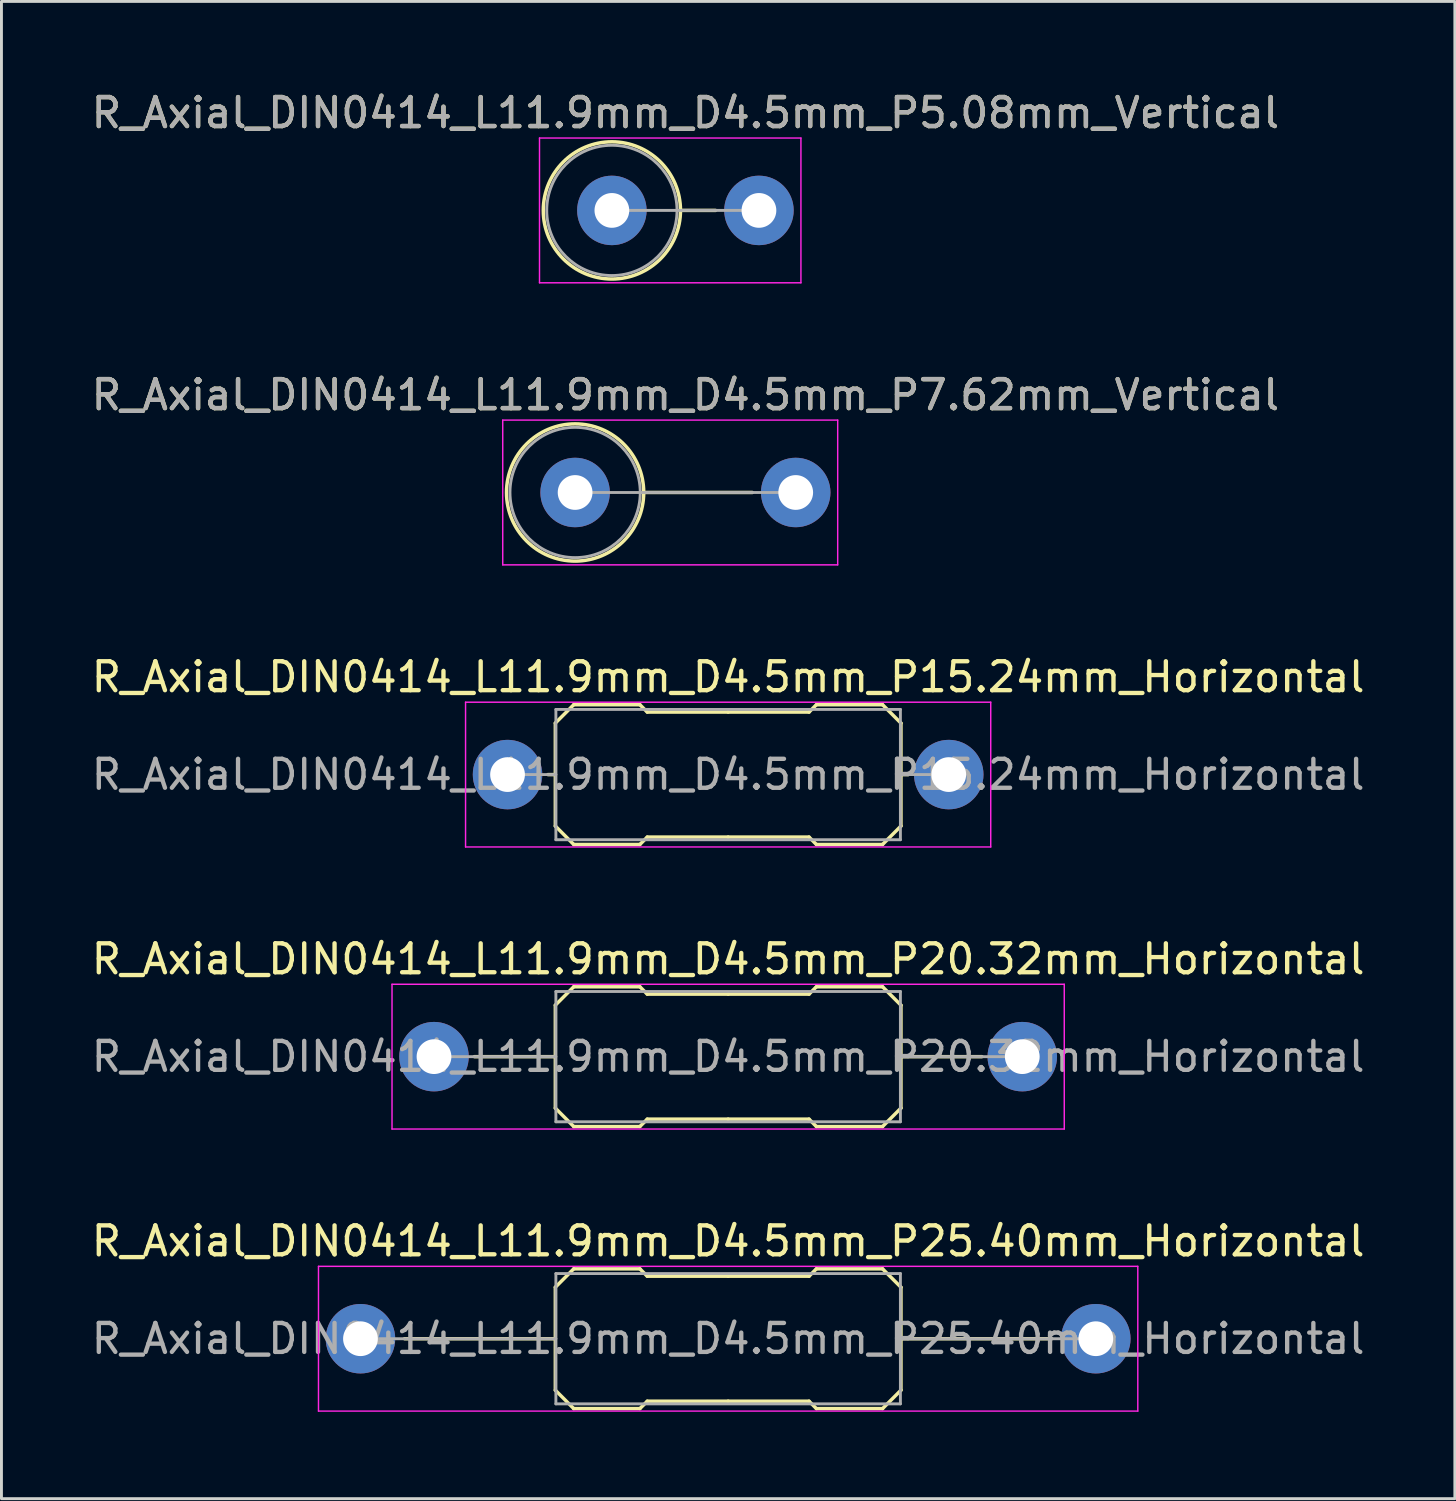
<source format=kicad_pcb>
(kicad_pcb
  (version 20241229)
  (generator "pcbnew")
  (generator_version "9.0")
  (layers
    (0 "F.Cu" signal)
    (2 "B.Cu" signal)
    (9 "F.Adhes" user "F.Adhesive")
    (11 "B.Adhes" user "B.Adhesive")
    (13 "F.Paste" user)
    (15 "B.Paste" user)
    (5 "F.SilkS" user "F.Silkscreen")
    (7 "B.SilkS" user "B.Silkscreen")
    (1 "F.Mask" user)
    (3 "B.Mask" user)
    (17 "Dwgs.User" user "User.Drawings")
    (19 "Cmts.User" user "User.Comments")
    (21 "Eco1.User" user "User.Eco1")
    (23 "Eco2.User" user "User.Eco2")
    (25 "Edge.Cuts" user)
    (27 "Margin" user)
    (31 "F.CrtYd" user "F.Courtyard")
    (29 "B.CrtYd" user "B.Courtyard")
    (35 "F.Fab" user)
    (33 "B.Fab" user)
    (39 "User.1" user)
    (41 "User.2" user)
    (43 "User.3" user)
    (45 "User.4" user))
  (footprint "R_Axial_DIN0414_L11.9mm_D4.5mm_P15.24mm_Horizontal"
    (layer "F.Cu")
    (at 14.481 23.705)
    (property "Reference" "R_Axial_DIN0414_L11.9mm_D4.5mm_P15.24mm_Horizontal" (at 7.62 -3.37 0) (layer "F.SilkS") (effects (font (size 1 1) (thickness 0.15))))
    (attr through_hole)
    (fp_line (start 1.651 -1.778) (end 2.286 -2.413) (stroke (width 0.12) (type solid)) (layer "F.SilkS"))
    (fp_line (start 1.651 0) (end 1.397 0) (stroke (width 0.12) (type solid)) (layer "F.SilkS"))
    (fp_line (start 1.651 1.778) (end 1.651 -1.778) (stroke (width 0.12) (type solid)) (layer "F.SilkS"))
    (fp_line (start 1.651 1.778) (end 2.286 2.413) (stroke (width 0.12) (type solid)) (layer "F.SilkS"))
    (fp_line (start 2.286 -2.413) (end 4.572 -2.413) (stroke (width 0.12) (type solid)) (layer "F.SilkS"))
    (fp_line (start 2.286 2.413) (end 4.572 2.413) (stroke (width 0.12) (type solid)) (layer "F.SilkS"))
    (fp_line (start 4.572 -2.413) (end 4.826 -2.159) (stroke (width 0.12) (type solid)) (layer "F.SilkS"))
    (fp_line (start 4.572 2.413) (end 4.826 2.159) (stroke (width 0.12) (type solid)) (layer "F.SilkS"))
    (fp_line (start 4.826 -2.159) (end 7.62 -2.159) (stroke (width 0.12) (type solid)) (layer "F.SilkS"))
    (fp_line (start 4.826 2.159) (end 7.62 2.159) (stroke (width 0.12) (type solid)) (layer "F.SilkS"))
    (fp_line (start 10.414 -2.159) (end 7.62 -2.159) (stroke (width 0.12) (type solid)) (layer "F.SilkS"))
    (fp_line (start 10.414 2.159) (end 7.62 2.159) (stroke (width 0.12) (type solid)) (layer "F.SilkS"))
    (fp_line (start 10.668 -2.413) (end 10.414 -2.159) (stroke (width 0.12) (type solid)) (layer "F.SilkS"))
    (fp_line (start 10.668 2.413) (end 10.414 2.159) (stroke (width 0.12) (type solid)) (layer "F.SilkS"))
    (fp_line (start 12.954 -2.413) (end 10.668 -2.413) (stroke (width 0.12) (type solid)) (layer "F.SilkS"))
    (fp_line (start 12.954 2.413) (end 10.668 2.413) (stroke (width 0.12) (type solid)) (layer "F.SilkS"))
    (fp_line (start 13.589 -1.778) (end 12.954 -2.413) (stroke (width 0.12) (type solid)) (layer "F.SilkS"))
    (fp_line (start 13.589 0) (end 13.843 0) (stroke (width 0.12) (type solid)) (layer "F.SilkS"))
    (fp_line (start 13.589 1.778) (end 12.954 2.413) (stroke (width 0.12) (type solid)) (layer "F.SilkS"))
    (fp_line (start 13.589 1.778) (end 13.589 -1.778) (stroke (width 0.12) (type solid)) (layer "F.SilkS"))
    (fp_line (start -1.45 -2.5) (end -1.45 2.5) (stroke (width 0.05) (type solid)) (layer "F.CrtYd"))
    (fp_line (start -1.45 2.5) (end 16.69 2.5) (stroke (width 0.05) (type solid)) (layer "F.CrtYd"))
    (fp_line (start 16.69 -2.5) (end -1.45 -2.5) (stroke (width 0.05) (type solid)) (layer "F.CrtYd"))
    (fp_line (start 16.69 2.5) (end 16.69 -2.5) (stroke (width 0.05) (type solid)) (layer "F.CrtYd"))
    (fp_line (start 0 0) (end 1.67 0) (stroke (width 0.1) (type solid)) (layer "F.Fab"))
    (fp_line (start 1.67 -2.25) (end 1.67 2.25) (stroke (width 0.1) (type solid)) (layer "F.Fab"))
    (fp_line (start 1.67 2.25) (end 13.57 2.25) (stroke (width 0.1) (type solid)) (layer "F.Fab"))
    (fp_line (start 13.57 -2.25) (end 1.67 -2.25) (stroke (width 0.1) (type solid)) (layer "F.Fab"))
    (fp_line (start 13.57 2.25) (end 13.57 -2.25) (stroke (width 0.1) (type solid)) (layer "F.Fab"))
    (fp_line (start 15.24 0) (end 13.57 0) (stroke (width 0.1) (type solid)) (layer "F.Fab"))
    (fp_text user "${REFERENCE}" (at 7.62 0 0) (layer "F.Fab") (effects (font (size 1 1) (thickness 0.15))))
    (pad "1" thru_hole circle (at 0 0) (size 2.4 2.4) (drill 1.2) (layers "*.Cu" "*.Mask"))
    (pad "2" thru_hole oval (at 15.24 0) (size 2.4 2.4) (drill 1.2) (layers "*.Cu" "*.Mask")))
  (footprint "R_Axial_DIN0414_L11.9mm_D4.5mm_P7.62mm_Vertical"
    (layer "F.Cu")
    (at 16.815 13.961)
    (property "Reference" "R_Axial_DIN0414_L11.9mm_D4.5mm_P7.62mm_Vertical" (at 3.81 -3.37 0) (layer "F.SilkS") (effects (font (size 1 1) (thickness 0.15))))
    (attr through_hole)
    (fp_line (start 2.37 0) (end 6.12 0) (stroke (width 0.12) (type solid)) (layer "F.SilkS"))
    (fp_circle (center 0 0) (end 2.37 0) (stroke (width 0.12) (type solid)) (fill no) (layer "F.SilkS"))
    (fp_line (start -2.5 -2.5) (end -2.5 2.5) (stroke (width 0.05) (type solid)) (layer "F.CrtYd"))
    (fp_line (start -2.5 2.5) (end 9.07 2.5) (stroke (width 0.05) (type solid)) (layer "F.CrtYd"))
    (fp_line (start 9.07 -2.5) (end -2.5 -2.5) (stroke (width 0.05) (type solid)) (layer "F.CrtYd"))
    (fp_line (start 9.07 2.5) (end 9.07 -2.5) (stroke (width 0.05) (type solid)) (layer "F.CrtYd"))
    (fp_line (start 0 0) (end 7.62 0) (stroke (width 0.1) (type solid)) (layer "F.Fab"))
    (fp_circle (center 0 0) (end 2.25 0) (stroke (width 0.1) (type solid)) (fill no) (layer "F.Fab"))
    (fp_text user "${REFERENCE}" (at 3.81 -3.37 0) (layer "F.Fab") (effects (font (size 1 1) (thickness 0.15))))
    (pad "1" thru_hole circle (at 0 0) (size 2.4 2.4) (drill 1.2) (layers "*.Cu" "*.Mask"))
    (pad "2" thru_hole oval (at 7.62 0) (size 2.4 2.4) (drill 1.2) (layers "*.Cu" "*.Mask")))
  (footprint "R_Axial_DIN0414_L11.9mm_D4.5mm_P25.40mm_Horizontal"
    (layer "F.Cu")
    (at 9.401 43.191)
    (property "Reference" "R_Axial_DIN0414_L11.9mm_D4.5mm_P25.40mm_Horizontal" (at 12.7 -3.37 0) (layer "F.SilkS") (effects (font (size 1 1) (thickness 0.15))))
    (attr through_hole)
    (fp_line (start 6.731 -1.778) (end 7.366 -2.413) (stroke (width 0.12) (type solid)) (layer "F.SilkS"))
    (fp_line (start 6.731 0) (end 1.524 0) (stroke (width 0.12) (type solid)) (layer "F.SilkS"))
    (fp_line (start 6.731 1.778) (end 6.731 -1.778) (stroke (width 0.12) (type solid)) (layer "F.SilkS"))
    (fp_line (start 6.731 1.778) (end 7.366 2.413) (stroke (width 0.12) (type solid)) (layer "F.SilkS"))
    (fp_line (start 7.366 -2.413) (end 9.652 -2.413) (stroke (width 0.12) (type solid)) (layer "F.SilkS"))
    (fp_line (start 7.366 2.413) (end 9.652 2.413) (stroke (width 0.12) (type solid)) (layer "F.SilkS"))
    (fp_line (start 9.652 -2.413) (end 9.906 -2.159) (stroke (width 0.12) (type solid)) (layer "F.SilkS"))
    (fp_line (start 9.652 2.413) (end 9.906 2.159) (stroke (width 0.12) (type solid)) (layer "F.SilkS"))
    (fp_line (start 9.906 -2.159) (end 12.7 -2.159) (stroke (width 0.12) (type solid)) (layer "F.SilkS"))
    (fp_line (start 9.906 2.159) (end 12.7 2.159) (stroke (width 0.12) (type solid)) (layer "F.SilkS"))
    (fp_line (start 15.494 -2.159) (end 12.7 -2.159) (stroke (width 0.12) (type solid)) (layer "F.SilkS"))
    (fp_line (start 15.494 2.159) (end 12.7 2.159) (stroke (width 0.12) (type solid)) (layer "F.SilkS"))
    (fp_line (start 15.748 -2.413) (end 15.494 -2.159) (stroke (width 0.12) (type solid)) (layer "F.SilkS"))
    (fp_line (start 15.748 2.413) (end 15.494 2.159) (stroke (width 0.12) (type solid)) (layer "F.SilkS"))
    (fp_line (start 18.034 -2.413) (end 15.748 -2.413) (stroke (width 0.12) (type solid)) (layer "F.SilkS"))
    (fp_line (start 18.034 2.413) (end 15.748 2.413) (stroke (width 0.12) (type solid)) (layer "F.SilkS"))
    (fp_line (start 18.669 -1.778) (end 18.034 -2.413) (stroke (width 0.12) (type solid)) (layer "F.SilkS"))
    (fp_line (start 18.669 0) (end 23.876 0) (stroke (width 0.12) (type solid)) (layer "F.SilkS"))
    (fp_line (start 18.669 1.778) (end 18.034 2.413) (stroke (width 0.12) (type solid)) (layer "F.SilkS"))
    (fp_line (start 18.669 1.778) (end 18.669 -1.778) (stroke (width 0.12) (type solid)) (layer "F.SilkS"))
    (fp_line (start -1.45 -2.5) (end -1.45 2.5) (stroke (width 0.05) (type solid)) (layer "F.CrtYd"))
    (fp_line (start -1.45 2.5) (end 26.85 2.5) (stroke (width 0.05) (type solid)) (layer "F.CrtYd"))
    (fp_line (start 26.85 -2.5) (end -1.45 -2.5) (stroke (width 0.05) (type solid)) (layer "F.CrtYd"))
    (fp_line (start 26.85 2.5) (end 26.85 -2.5) (stroke (width 0.05) (type solid)) (layer "F.CrtYd"))
    (fp_line (start 0 0) (end 6.75 0) (stroke (width 0.1) (type solid)) (layer "F.Fab"))
    (fp_line (start 6.75 -2.25) (end 6.75 2.25) (stroke (width 0.1) (type solid)) (layer "F.Fab"))
    (fp_line (start 6.75 2.25) (end 18.65 2.25) (stroke (width 0.1) (type solid)) (layer "F.Fab"))
    (fp_line (start 18.65 -2.25) (end 6.75 -2.25) (stroke (width 0.1) (type solid)) (layer "F.Fab"))
    (fp_line (start 18.65 2.25) (end 18.65 -2.25) (stroke (width 0.1) (type solid)) (layer "F.Fab"))
    (fp_line (start 25.4 0) (end 18.65 0) (stroke (width 0.1) (type solid)) (layer "F.Fab"))
    (fp_text user "${REFERENCE}" (at 12.7 0 0) (layer "F.Fab") (effects (font (size 1 1) (thickness 0.15))))
    (pad "1" thru_hole circle (at 0 0) (size 2.4 2.4) (drill 1.2) (layers "*.Cu" "*.Mask"))
    (pad "2" thru_hole oval (at 25.4 0) (size 2.4 2.4) (drill 1.2) (layers "*.Cu" "*.Mask")))
  (footprint "R_Axial_DIN0414_L11.9mm_D4.5mm_P20.32mm_Horizontal"
    (layer "F.Cu")
    (at 11.941 33.448)
    (property "Reference" "R_Axial_DIN0414_L11.9mm_D4.5mm_P20.32mm_Horizontal" (at 10.16 -3.37 0) (layer "F.SilkS") (effects (font (size 1 1) (thickness 0.15))))
    (attr through_hole)
    (fp_line (start 4.191 -1.778) (end 4.826 -2.413) (stroke (width 0.12) (type solid)) (layer "F.SilkS"))
    (fp_line (start 4.191 0) (end 1.397 0) (stroke (width 0.12) (type solid)) (layer "F.SilkS"))
    (fp_line (start 4.191 1.778) (end 4.191 -1.778) (stroke (width 0.12) (type solid)) (layer "F.SilkS"))
    (fp_line (start 4.191 1.778) (end 4.826 2.413) (stroke (width 0.12) (type solid)) (layer "F.SilkS"))
    (fp_line (start 4.826 -2.413) (end 7.112 -2.413) (stroke (width 0.12) (type solid)) (layer "F.SilkS"))
    (fp_line (start 4.826 2.413) (end 7.112 2.413) (stroke (width 0.12) (type solid)) (layer "F.SilkS"))
    (fp_line (start 7.112 -2.413) (end 7.366 -2.159) (stroke (width 0.12) (type solid)) (layer "F.SilkS"))
    (fp_line (start 7.112 2.413) (end 7.366 2.159) (stroke (width 0.12) (type solid)) (layer "F.SilkS"))
    (fp_line (start 7.366 -2.159) (end 10.16 -2.159) (stroke (width 0.12) (type solid)) (layer "F.SilkS"))
    (fp_line (start 7.366 2.159) (end 10.16 2.159) (stroke (width 0.12) (type solid)) (layer "F.SilkS"))
    (fp_line (start 12.954 -2.159) (end 10.16 -2.159) (stroke (width 0.12) (type solid)) (layer "F.SilkS"))
    (fp_line (start 12.954 2.159) (end 10.16 2.159) (stroke (width 0.12) (type solid)) (layer "F.SilkS"))
    (fp_line (start 13.208 -2.413) (end 12.954 -2.159) (stroke (width 0.12) (type solid)) (layer "F.SilkS"))
    (fp_line (start 13.208 2.413) (end 12.954 2.159) (stroke (width 0.12) (type solid)) (layer "F.SilkS"))
    (fp_line (start 15.494 -2.413) (end 13.208 -2.413) (stroke (width 0.12) (type solid)) (layer "F.SilkS"))
    (fp_line (start 15.494 2.413) (end 13.208 2.413) (stroke (width 0.12) (type solid)) (layer "F.SilkS"))
    (fp_line (start 16.129 -1.778) (end 15.494 -2.413) (stroke (width 0.12) (type solid)) (layer "F.SilkS"))
    (fp_line (start 16.129 0) (end 18.923 0) (stroke (width 0.12) (type solid)) (layer "F.SilkS"))
    (fp_line (start 16.129 1.778) (end 15.494 2.413) (stroke (width 0.12) (type solid)) (layer "F.SilkS"))
    (fp_line (start 16.129 1.778) (end 16.129 -1.778) (stroke (width 0.12) (type solid)) (layer "F.SilkS"))
    (fp_line (start -1.45 -2.5) (end -1.45 2.5) (stroke (width 0.05) (type solid)) (layer "F.CrtYd"))
    (fp_line (start -1.45 2.5) (end 21.77 2.5) (stroke (width 0.05) (type solid)) (layer "F.CrtYd"))
    (fp_line (start 21.77 -2.5) (end -1.45 -2.5) (stroke (width 0.05) (type solid)) (layer "F.CrtYd"))
    (fp_line (start 21.77 2.5) (end 21.77 -2.5) (stroke (width 0.05) (type solid)) (layer "F.CrtYd"))
    (fp_line (start 0 0) (end 4.21 0) (stroke (width 0.1) (type solid)) (layer "F.Fab"))
    (fp_line (start 4.21 -2.25) (end 4.21 2.25) (stroke (width 0.1) (type solid)) (layer "F.Fab"))
    (fp_line (start 4.21 2.25) (end 16.11 2.25) (stroke (width 0.1) (type solid)) (layer "F.Fab"))
    (fp_line (start 16.11 -2.25) (end 4.21 -2.25) (stroke (width 0.1) (type solid)) (layer "F.Fab"))
    (fp_line (start 16.11 2.25) (end 16.11 -2.25) (stroke (width 0.1) (type solid)) (layer "F.Fab"))
    (fp_line (start 20.32 0) (end 16.11 0) (stroke (width 0.1) (type solid)) (layer "F.Fab"))
    (fp_text user "${REFERENCE}" (at 10.16 0 0) (layer "F.Fab") (effects (font (size 1 1) (thickness 0.15))))
    (pad "1" thru_hole circle (at 0 0) (size 2.4 2.4) (drill 1.2) (layers "*.Cu" "*.Mask"))
    (pad "2" thru_hole oval (at 20.32 0) (size 2.4 2.4) (drill 1.2) (layers "*.Cu" "*.Mask")))
  (footprint "R_Axial_DIN0414_L11.9mm_D4.5mm_P5.08mm_Vertical"
    (layer "F.Cu")
    (at 18.085 4.218)
    (property "Reference" "R_Axial_DIN0414_L11.9mm_D4.5mm_P5.08mm_Vertical" (at 2.54 -3.37 0) (layer "F.SilkS") (effects (font (size 1 1) (thickness 0.15))))
    (attr through_hole)
    (fp_line (start 2.37 0) (end 3.58 0) (stroke (width 0.12) (type solid)) (layer "F.SilkS"))
    (fp_circle (center 0 0) (end 2.37 0) (stroke (width 0.12) (type solid)) (fill no) (layer "F.SilkS"))
    (fp_line (start -2.5 -2.5) (end -2.5 2.5) (stroke (width 0.05) (type solid)) (layer "F.CrtYd"))
    (fp_line (start -2.5 2.5) (end 6.53 2.5) (stroke (width 0.05) (type solid)) (layer "F.CrtYd"))
    (fp_line (start 6.53 -2.5) (end -2.5 -2.5) (stroke (width 0.05) (type solid)) (layer "F.CrtYd"))
    (fp_line (start 6.53 2.5) (end 6.53 -2.5) (stroke (width 0.05) (type solid)) (layer "F.CrtYd"))
    (fp_line (start 0 0) (end 5.08 0) (stroke (width 0.1) (type solid)) (layer "F.Fab"))
    (fp_circle (center 0 0) (end 2.25 0) (stroke (width 0.1) (type solid)) (fill no) (layer "F.Fab"))
    (fp_text user "${REFERENCE}" (at 2.54 -3.37 0) (layer "F.Fab") (effects (font (size 1 1) (thickness 0.15))))
    (pad "1" thru_hole circle (at 0 0) (size 2.4 2.4) (drill 1.2) (layers "*.Cu" "*.Mask"))
    (pad "2" thru_hole oval (at 5.08 0) (size 2.4 2.4) (drill 1.2) (layers "*.Cu" "*.Mask")))
  (gr_rect
    (start -3 -3)
    (end 47.202 48.716)
    (stroke (width 0.1) (type default))
    (fill no)
    (layer "Edge.Cuts")))
</source>
